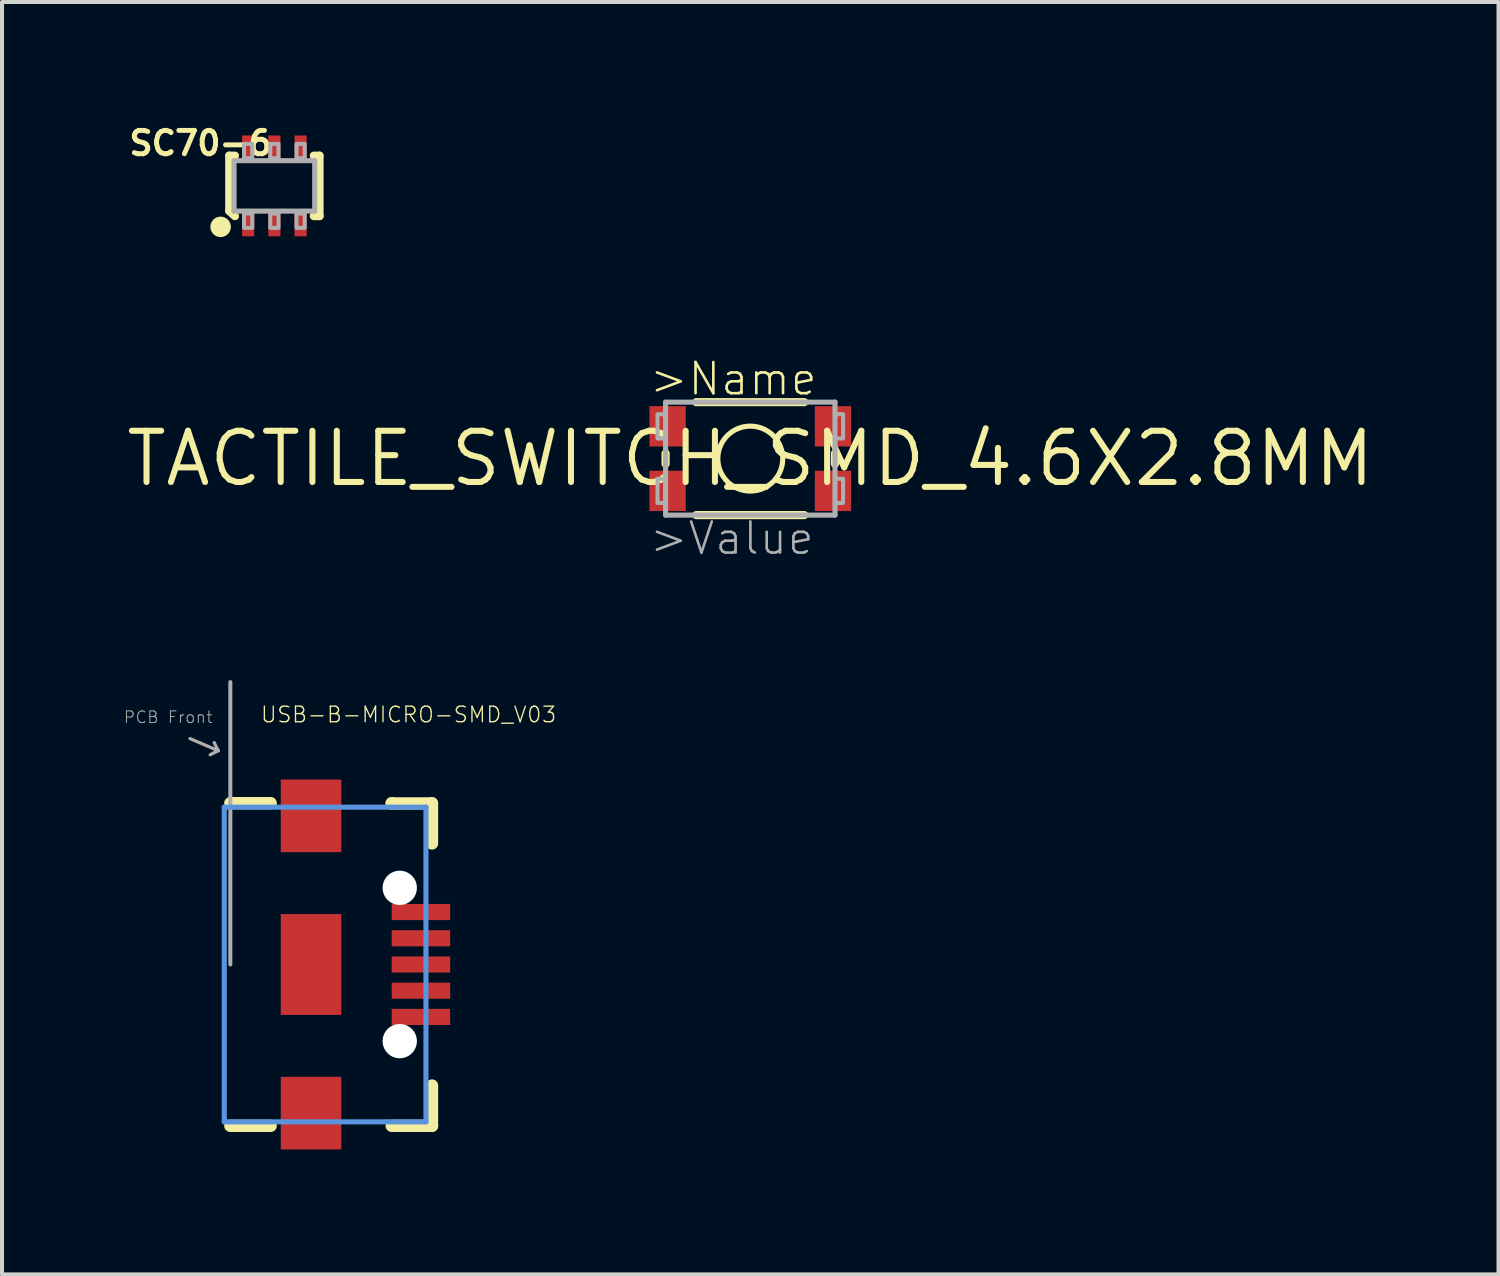
<source format=kicad_pcb>
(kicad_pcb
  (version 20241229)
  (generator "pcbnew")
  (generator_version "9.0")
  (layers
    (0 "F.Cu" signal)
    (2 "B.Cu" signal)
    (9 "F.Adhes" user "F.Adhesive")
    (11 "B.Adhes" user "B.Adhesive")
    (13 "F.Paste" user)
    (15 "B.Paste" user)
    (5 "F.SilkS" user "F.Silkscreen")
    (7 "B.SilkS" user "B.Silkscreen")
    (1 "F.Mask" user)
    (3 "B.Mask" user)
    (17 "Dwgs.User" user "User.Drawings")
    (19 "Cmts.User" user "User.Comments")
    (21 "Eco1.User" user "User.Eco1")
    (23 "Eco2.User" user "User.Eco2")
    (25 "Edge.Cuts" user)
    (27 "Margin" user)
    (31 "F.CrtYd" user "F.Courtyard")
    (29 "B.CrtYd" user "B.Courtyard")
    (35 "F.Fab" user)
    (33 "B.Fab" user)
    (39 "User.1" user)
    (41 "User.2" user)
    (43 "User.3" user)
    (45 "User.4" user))
  (footprint "SC70-6"
    (layer "F.Cu")
    (at 3.752 1.558)
    (property "Reference" "SC70-6" (at 0 -1.397 0) (layer "F.SilkS") (effects (font (size 0.579 0.579) (thickness 0.122)) (justify right top)))
    (attr through_hole)
    (fp_line (start -1.118 -0.749) (end -1.118 0.622) (stroke (width 0.203) (type solid)) (layer "F.SilkS"))
    (fp_line (start -1.118 0.622) (end -0.978 0.749) (stroke (width 0.203) (type solid)) (layer "F.SilkS"))
    (fp_line (start -0.978 -0.749) (end -1.118 -0.749) (stroke (width 0.203) (type solid)) (layer "F.SilkS"))
    (fp_line (start 0.978 0.749) (end 1.118 0.749) (stroke (width 0.203) (type solid)) (layer "F.SilkS"))
    (fp_line (start 1.118 -0.749) (end 0.978 -0.749) (stroke (width 0.203) (type solid)) (layer "F.SilkS"))
    (fp_line (start 1.118 0.749) (end 1.118 -0.749) (stroke (width 0.203) (type solid)) (layer "F.SilkS"))
    (fp_circle (center -1.333 1.016) (end -1.206 1.016) (stroke (width 0.254) (type solid)) (fill no) (layer "F.SilkS"))
    (fp_line (start -1 -0.625) (end -1 0.625) (stroke (width 0.127) (type solid)) (layer "F.Fab"))
    (fp_line (start -1 0.625) (end 1 0.625) (stroke (width 0.127) (type solid)) (layer "F.Fab"))
    (fp_line (start 1 -0.625) (end -1 -0.625) (stroke (width 0.127) (type solid)) (layer "F.Fab"))
    (fp_line (start 1 0.625) (end 1 -0.625) (stroke (width 0.127) (type solid)) (layer "F.Fab"))
    (fp_poly (pts (xy -0.752 -0.686) (xy -0.548 -0.686) (xy -0.548 -1.041) (xy -0.752 -1.041)) (stroke (width 0.1) (type solid)) (fill no) (layer "F.Fab"))
    (fp_poly (pts (xy -0.752 1.041) (xy -0.548 1.041) (xy -0.548 0.686) (xy -0.752 0.686)) (stroke (width 0.1) (type solid)) (fill no) (layer "F.Fab"))
    (fp_poly (pts (xy -0.102 -0.686) (xy 0.102 -0.686) (xy 0.102 -1.041) (xy -0.102 -1.041)) (stroke (width 0.1) (type solid)) (fill no) (layer "F.Fab"))
    (fp_poly (pts (xy -0.102 1.041) (xy 0.102 1.041) (xy 0.102 0.686) (xy -0.102 0.686)) (stroke (width 0.1) (type solid)) (fill no) (layer "F.Fab"))
    (fp_poly (pts (xy 0.548 -0.686) (xy 0.752 -0.686) (xy 0.752 -1.041) (xy 0.548 -1.041)) (stroke (width 0.1) (type solid)) (fill no) (layer "F.Fab"))
    (fp_poly (pts (xy 0.548 1.041) (xy 0.752 1.041) (xy 0.752 0.686) (xy 0.548 0.686)) (stroke (width 0.1) (type solid)) (fill no) (layer "F.Fab"))
    (pad "1" smd rect (at -0.65 0.92 180) (size 0.3 0.66) (layers "F.Cu" "F.Mask" "F.Paste"))
    (pad "2" smd rect (at 0 0.92 180) (size 0.3 0.66) (layers "F.Cu" "F.Mask" "F.Paste"))
    (pad "3" smd rect (at 0.65 0.92 180) (size 0.3 0.66) (layers "F.Cu" "F.Mask" "F.Paste"))
    (pad "4" smd rect (at 0.65 -0.92) (size 0.3 0.66) (layers "F.Cu" "F.Mask" "F.Paste"))
    (pad "5" smd rect (at 0 -0.92) (size 0.3 0.66) (layers "F.Cu" "F.Mask" "F.Paste"))
    (pad "6" smd rect (at -0.65 -0.92) (size 0.3 0.66) (layers "F.Cu" "F.Mask" "F.Paste")))
  (footprint "USB-B-MICRO-SMD_V03"
    (layer "F.Cu")
    (at 4.66 20.86)
    (property "Reference" "USB-B-MICRO-SMD_V03" (at -1.27 -5.969 0) (layer "F.SilkS") (effects (font (size 0.386 0.386) (thickness 0.033)) (justify left bottom)))
    (attr through_hole)
    (fp_poly (pts (xy -0.85 -2.684) (xy 0.85 -2.684) (xy 0.85 -4.684) (xy -0.85 -4.684)) (stroke (width 0) (type solid)) (fill yes) (layer "F.Mask"))
    (fp_poly (pts (xy -0.85 1.35) (xy 0.85 1.35) (xy 0.85 -1.35) (xy -0.85 -1.35)) (stroke (width 0) (type solid)) (fill yes) (layer "F.Mask"))
    (fp_poly (pts (xy -0.85 4.684) (xy 0.85 4.684) (xy 0.85 2.684) (xy -0.85 2.684)) (stroke (width 0) (type solid)) (fill yes) (layer "F.Mask"))
    (fp_line (start -1 -4) (end -2 -4) (stroke (width 0.305) (type solid)) (layer "F.SilkS"))
    (fp_line (start -1 4) (end -2 4) (stroke (width 0.305) (type solid)) (layer "F.SilkS"))
    (fp_line (start 2 -3.993) (end 2 -4) (stroke (width 0.305) (type solid)) (layer "F.SilkS"))
    (fp_line (start 2 4) (end 3 4) (stroke (width 0.305) (type solid)) (layer "F.SilkS"))
    (fp_line (start 2.982 -3.993) (end 2 -3.993) (stroke (width 0.305) (type solid)) (layer "F.SilkS"))
    (fp_line (start 3 -4) (end 3 -3) (stroke (width 0.305) (type solid)) (layer "F.SilkS"))
    (fp_line (start 3 4) (end 3 3) (stroke (width 0.305) (type solid)) (layer "F.SilkS"))
    (fp_poly (pts (xy -0.75 -2.784) (xy 0.75 -2.784) (xy 0.75 -4.584) (xy -0.75 -4.584)) (stroke (width 0) (type solid)) (fill yes) (layer "F.Paste"))
    (fp_poly (pts (xy -0.75 4.584) (xy 0.75 4.584) (xy 0.75 2.784) (xy -0.75 2.784)) (stroke (width 0) (type solid)) (fill yes) (layer "F.Paste"))
    (fp_poly (pts (xy -0.35 0.75) (xy 0.35 0.75) (xy 0.35 -0.75) (xy -0.35 -0.75)) (stroke (width 0) (type solid)) (fill yes) (layer "F.Paste"))
    (fp_line (start -2.15 -3.9) (end -2.15 3.9) (stroke (width 0.127) (type solid)) (layer "Cmts.User"))
    (fp_line (start 2.85 -3.9) (end -2.15 -3.9) (stroke (width 0.127) (type solid)) (layer "Cmts.User"))
    (fp_line (start 2.85 -3.9) (end 2.85 3.9) (stroke (width 0.127) (type solid)) (layer "Cmts.User"))
    (fp_line (start 2.85 3.9) (end -2.15 3.9) (stroke (width 0.127) (type solid)) (layer "Cmts.User"))
    (fp_line (start -3 -5.6) (end -2.3 -5.3) (stroke (width 0.08) (type solid)) (layer "F.Fab"))
    (fp_line (start -2.3 -5.3) (end -2.5 -5.2) (stroke (width 0.08) (type solid)) (layer "F.Fab"))
    (fp_line (start -2.3 -5.3) (end -2.4 -5.5) (stroke (width 0.08) (type solid)) (layer "F.Fab"))
    (fp_line (start -2 -7) (end -2 0) (stroke (width 0.1) (type solid)) (layer "F.Fab"))
    (fp_text user "PCB Front" (at -4.66 -5.96 0) (layer "F.Fab") (effects (font (size 0.29 0.29) (thickness 0.024)) (justify left bottom)))
    (pad "" np_thru_hole circle (at 2.2 -1.9) (size 0.85 0.85) (drill 0.85) (layers "*.Cu" "*.Mask"))
    (pad "" np_thru_hole circle (at 2.2 1.9) (size 0.85 0.85) (drill 0.85) (layers "*.Cu" "*.Mask"))
    (pad "D+" smd rect (at 2.725 0 90) (size 0.4 1.45) (layers "F.Cu" "F.Mask" "F.Paste"))
    (pad "D-" smd rect (at 2.725 -0.65 90) (size 0.4 1.45) (layers "F.Cu" "F.Mask" "F.Paste"))
    (pad "GND" smd rect (at 2.725 1.3 90) (size 0.4 1.45) (layers "F.Cu" "F.Mask" "F.Paste"))
    (pad "ID" smd rect (at 2.725 0.65 90) (size 0.4 1.45) (layers "F.Cu" "F.Mask" "F.Paste"))
    (pad "SHIELD1" smd rect (at 0 -3.685 90) (size 1.8 1.5) (layers "F.Cu" "F.Mask"))
    (pad "SHIELD2" smd rect (at 0 3.685 90) (size 1.8 1.5) (layers "F.Cu" "F.Mask"))
    (pad "SHIELD3" smd rect (at 0 0 90) (size 2.5 1.5) (layers "F.Cu" "F.Mask"))
    (pad "VBUS" smd rect (at 2.725 -1.3 90) (size 0.4 1.45) (layers "F.Cu" "F.Mask" "F.Paste")))
  (footprint "TACTILE_SWITCH_SMD_4.6X2.8MM"
    (layer "F.Cu")
    (at 15.55 8.319)
    (property "Reference" "TACTILE_SWITCH_SMD_4.6X2.8MM" (at 0 0 0) (layer "F.SilkS") (effects (font (size 1.27 1.27) (thickness 0.15))))
    (attr through_hole)
    (fp_line (start -2.1 -0.13) (end -2.1 0.13) (stroke (width 0.203) (type solid)) (layer "F.SilkS"))
    (fp_line (start -1.338 -1.4) (end 1.338 -1.4) (stroke (width 0.203) (type solid)) (layer "F.SilkS"))
    (fp_line (start 1.338 1.4) (end -1.338 1.4) (stroke (width 0.203) (type solid)) (layer "F.SilkS"))
    (fp_line (start 2.1 0.13) (end 2.1 -0.13) (stroke (width 0.203) (type solid)) (layer "F.SilkS"))
    (fp_circle (center 0 0) (end 0.805 0) (stroke (width 0.127) (type solid)) (fill no) (layer "F.SilkS"))
    (fp_line (start -2.1 -1.4) (end -2.1 1.4) (stroke (width 0.127) (type solid)) (layer "F.Fab"))
    (fp_line (start -2.1 -1.4) (end 2.1 -1.4) (stroke (width 0.127) (type solid)) (layer "F.Fab"))
    (fp_line (start -2.1 1.4) (end 2.1 1.4) (stroke (width 0.127) (type solid)) (layer "F.Fab"))
    (fp_line (start 2.1 1.4) (end 2.1 -1.4) (stroke (width 0.127) (type solid)) (layer "F.Fab"))
    (fp_poly (pts (xy -2.3 -0.5) (xy -2.1 -0.5) (xy -2.1 -1.1) (xy -2.3 -1.1)) (stroke (width 0.1) (type solid)) (fill no) (layer "F.Fab"))
    (fp_poly (pts (xy -2.3 1.1) (xy -2.1 1.1) (xy -2.1 0.5) (xy -2.3 0.5)) (stroke (width 0.1) (type solid)) (fill no) (layer "F.Fab"))
    (fp_poly (pts (xy 2.3 -1.1) (xy 2.1 -1.1) (xy 2.1 -0.5) (xy 2.3 -0.5)) (stroke (width 0.1) (type solid)) (fill no) (layer "F.Fab"))
    (fp_poly (pts (xy 2.3 0.5) (xy 2.1 0.5) (xy 2.1 1.1) (xy 2.3 1.1)) (stroke (width 0.1) (type solid)) (fill no) (layer "F.Fab"))
    (fp_text user ">Name" (at -2.54 -1.524 0) (layer "F.SilkS") (effects (font (size 0.772 0.772) (thickness 0.065)) (justify left bottom)))
    (fp_text user ">Value" (at -2.54 1.524 0) (layer "F.Fab") (effects (font (size 0.772 0.772) (thickness 0.065)) (justify left top)))
    (pad "1" smd rect (at -2.05 0.8) (size 0.9 1) (layers "F.Cu" "F.Mask" "F.Paste"))
    (pad "2" smd rect (at 2.05 0.8) (size 0.9 1) (layers "F.Cu" "F.Mask" "F.Paste"))
    (pad "3" smd rect (at 2.05 -0.8) (size 0.9 1) (layers "F.Cu" "F.Mask" "F.Paste"))
    (pad "4" smd rect (at -2.05 -0.8) (size 0.9 1) (layers "F.Cu" "F.Mask" "F.Paste")))
  (gr_rect
    (start -3 -3)
    (end 34.099 28.544)
    (stroke (width 0.1) (type default))
    (fill no)
    (layer "Edge.Cuts")))
</source>
